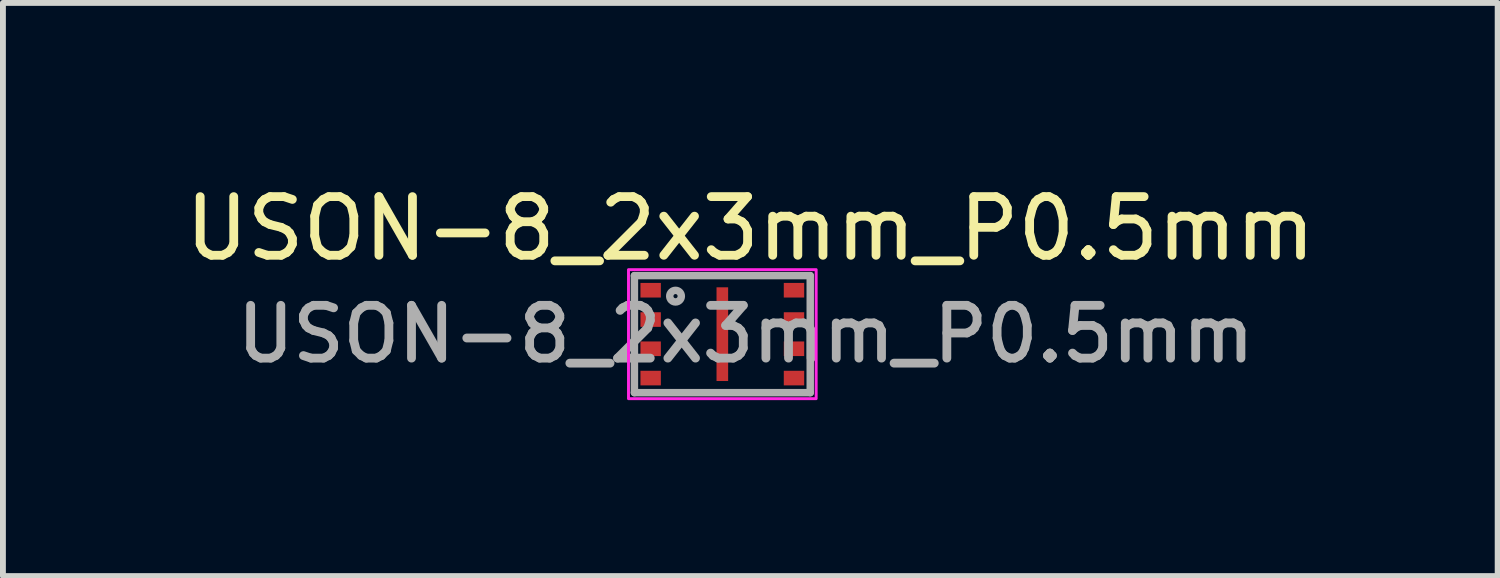
<source format=kicad_pcb>
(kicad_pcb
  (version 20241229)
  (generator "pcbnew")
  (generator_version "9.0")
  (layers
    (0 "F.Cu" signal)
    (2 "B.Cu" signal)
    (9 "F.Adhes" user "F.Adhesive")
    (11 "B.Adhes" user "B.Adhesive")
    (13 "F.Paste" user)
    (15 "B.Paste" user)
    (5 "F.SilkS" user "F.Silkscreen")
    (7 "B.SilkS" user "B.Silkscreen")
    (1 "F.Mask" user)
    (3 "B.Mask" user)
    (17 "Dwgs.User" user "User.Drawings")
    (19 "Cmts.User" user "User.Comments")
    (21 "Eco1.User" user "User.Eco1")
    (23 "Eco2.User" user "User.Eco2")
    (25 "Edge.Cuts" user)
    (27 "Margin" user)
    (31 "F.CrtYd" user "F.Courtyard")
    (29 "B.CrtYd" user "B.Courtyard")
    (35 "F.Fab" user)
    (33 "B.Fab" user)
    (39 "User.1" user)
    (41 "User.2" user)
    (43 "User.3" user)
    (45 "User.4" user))
  (footprint "USON-8_2x3mm_P0.5mm"
    (layer "F.Cu")
    (at 9.267 2.648)
    (property "Reference" "USON-8_2x3mm_P0.5mm" (at 0.478 -1.8 0) (layer "F.SilkS") (effects (font (size 1 1) (thickness 0.15))))
    (attr smd)
    (fp_rect (start -1.6 -1.1) (end 1.6 1.1) (stroke (width 0.05) (type solid)) (fill no) (layer "F.CrtYd"))
    (fp_line (start -1.499 -0.998) (end 1.499 -0.998) (stroke (width 0.127) (type solid)) (layer "F.Fab"))
    (fp_line (start -1.499 0.998) (end -1.499 -0.998) (stroke (width 0.127) (type solid)) (layer "F.Fab"))
    (fp_line (start 1.499 -0.998) (end 1.499 0.998) (stroke (width 0.127) (type solid)) (layer "F.Fab"))
    (fp_line (start 1.499 0.998) (end -1.499 0.998) (stroke (width 0.127) (type solid)) (layer "F.Fab"))
    (fp_circle (center -0.798 -0.648) (end -0.699 -0.648) (stroke (width 0.127) (type solid)) (fill no) (layer "F.Fab"))
    (fp_text user "${REFERENCE}" (at 0.4 0 0) (layer "F.Fab") (effects (font (size 0.9 0.9) (thickness 0.15))))
    (pad "1" smd rect (at -1.222 -0.749) (size 0.348 0.249) (layers "F.Cu" "F.Mask" "F.Paste"))
    (pad "2" smd rect (at -1.222 -0.249) (size 0.348 0.249) (layers "F.Cu" "F.Mask" "F.Paste"))
    (pad "3" smd rect (at -1.222 0.249) (size 0.348 0.249) (layers "F.Cu" "F.Mask" "F.Paste"))
    (pad "4" smd rect (at -1.222 0.749) (size 0.348 0.249) (layers "F.Cu" "F.Mask" "F.Paste"))
    (pad "5" smd rect (at 1.222 0.749) (size 0.348 0.249) (layers "F.Cu" "F.Mask" "F.Paste"))
    (pad "6" smd rect (at 1.222 0.249) (size 0.348 0.249) (layers "F.Cu" "F.Mask" "F.Paste"))
    (pad "7" smd rect (at 1.222 -0.249) (size 0.348 0.249) (layers "F.Cu" "F.Mask" "F.Paste"))
    (pad "8" smd rect (at 1.222 -0.749) (size 0.348 0.249) (layers "F.Cu" "F.Mask" "F.Paste"))
    (pad "9" smd rect (at 0 0) (size 0.198 1.598) (layers "F.Cu" "F.Mask" "F.Paste")))
  (gr_rect
    (start -3 -3)
    (end 22.488 6.773)
    (stroke (width 0.1) (type default))
    (fill no)
    (layer "Edge.Cuts")))
</source>
